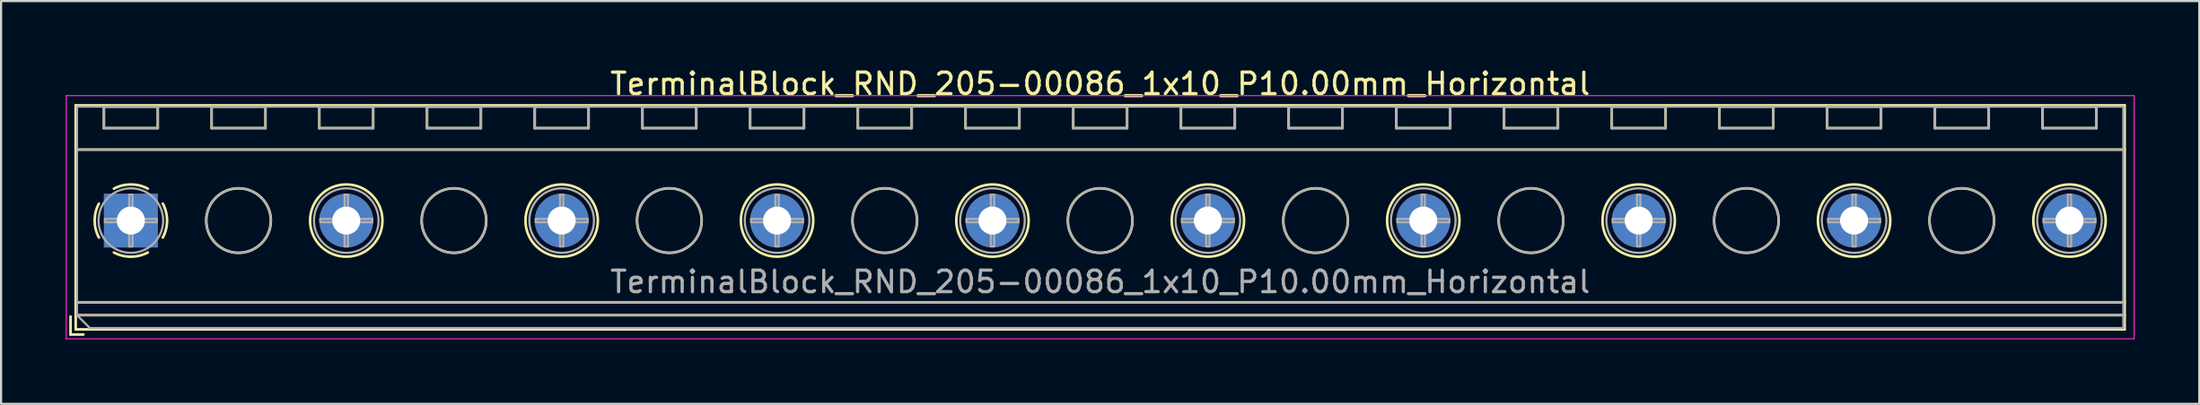
<source format=kicad_pcb>
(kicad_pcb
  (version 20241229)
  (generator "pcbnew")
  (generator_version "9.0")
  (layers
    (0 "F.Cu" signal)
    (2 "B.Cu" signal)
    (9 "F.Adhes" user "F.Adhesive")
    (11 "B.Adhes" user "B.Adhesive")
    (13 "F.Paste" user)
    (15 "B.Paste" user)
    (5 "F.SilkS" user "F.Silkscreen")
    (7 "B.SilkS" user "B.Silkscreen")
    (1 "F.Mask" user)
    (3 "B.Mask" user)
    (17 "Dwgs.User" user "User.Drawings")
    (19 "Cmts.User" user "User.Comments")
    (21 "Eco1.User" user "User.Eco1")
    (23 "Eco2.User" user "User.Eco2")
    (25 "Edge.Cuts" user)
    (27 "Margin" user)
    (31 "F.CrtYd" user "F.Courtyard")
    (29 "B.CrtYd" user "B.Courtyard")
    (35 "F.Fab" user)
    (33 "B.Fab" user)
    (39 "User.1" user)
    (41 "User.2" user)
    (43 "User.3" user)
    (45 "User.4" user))
  (footprint "TerminalBlock_RND_205-00086_1x10_P10.00mm_Horizontal"
    (layer "F.Cu")
    (at 3.025 7.208)
    (property "Reference" "TerminalBlock_RND_205-00086_1x10_P10.00mm_Horizontal" (at 45 -6.36 0) (layer "F.SilkS") (effects (font (size 1 1) (thickness 0.15))))
    (attr through_hole)
    (fp_line (start -2.8 4.46) (end -2.8 5.3) (stroke (width 0.12) (type solid)) (layer "F.SilkS"))
    (fp_line (start -2.8 5.3) (end -2.2 5.3) (stroke (width 0.12) (type solid)) (layer "F.SilkS"))
    (fp_line (start -2.56 -5.36) (end -2.56 5.06) (stroke (width 0.12) (type solid)) (layer "F.SilkS"))
    (fp_line (start -2.56 -5.36) (end 92.56 -5.36) (stroke (width 0.12) (type solid)) (layer "F.SilkS"))
    (fp_line (start -2.56 -3.301) (end 92.56 -3.301) (stroke (width 0.12) (type solid)) (layer "F.SilkS"))
    (fp_line (start -2.56 3.8) (end 92.56 3.8) (stroke (width 0.12) (type solid)) (layer "F.SilkS"))
    (fp_line (start -2.56 4.4) (end 92.56 4.4) (stroke (width 0.12) (type solid)) (layer "F.SilkS"))
    (fp_line (start -2.56 5.06) (end 92.56 5.06) (stroke (width 0.12) (type solid)) (layer "F.SilkS"))
    (fp_line (start -1.25 -5.301) (end -1.25 -4.301) (stroke (width 0.12) (type solid)) (layer "F.SilkS"))
    (fp_line (start -1.25 -5.301) (end 1.25 -5.301) (stroke (width 0.12) (type solid)) (layer "F.SilkS"))
    (fp_line (start -1.25 -4.301) (end 1.25 -4.301) (stroke (width 0.12) (type solid)) (layer "F.SilkS"))
    (fp_line (start 1.25 -5.301) (end 1.25 -4.301) (stroke (width 0.12) (type solid)) (layer "F.SilkS"))
    (fp_line (start 3.75 -5.301) (end 3.75 -4.301) (stroke (width 0.12) (type solid)) (layer "F.SilkS"))
    (fp_line (start 3.75 -5.301) (end 6.25 -5.301) (stroke (width 0.12) (type solid)) (layer "F.SilkS"))
    (fp_line (start 3.75 -4.301) (end 6.25 -4.301) (stroke (width 0.12) (type solid)) (layer "F.SilkS"))
    (fp_line (start 6.25 -5.301) (end 6.25 -4.301) (stroke (width 0.12) (type solid)) (layer "F.SilkS"))
    (fp_line (start 8.75 -5.301) (end 8.75 -4.301) (stroke (width 0.12) (type solid)) (layer "F.SilkS"))
    (fp_line (start 8.75 -5.301) (end 11.25 -5.301) (stroke (width 0.12) (type solid)) (layer "F.SilkS"))
    (fp_line (start 8.75 -4.301) (end 11.25 -4.301) (stroke (width 0.12) (type solid)) (layer "F.SilkS"))
    (fp_line (start 11.25 -5.301) (end 11.25 -4.301) (stroke (width 0.12) (type solid)) (layer "F.SilkS"))
    (fp_line (start 13.75 -5.301) (end 13.75 -4.301) (stroke (width 0.12) (type solid)) (layer "F.SilkS"))
    (fp_line (start 13.75 -5.301) (end 16.25 -5.301) (stroke (width 0.12) (type solid)) (layer "F.SilkS"))
    (fp_line (start 13.75 -4.301) (end 16.25 -4.301) (stroke (width 0.12) (type solid)) (layer "F.SilkS"))
    (fp_line (start 16.25 -5.301) (end 16.25 -4.301) (stroke (width 0.12) (type solid)) (layer "F.SilkS"))
    (fp_line (start 18.75 -5.301) (end 18.75 -4.301) (stroke (width 0.12) (type solid)) (layer "F.SilkS"))
    (fp_line (start 18.75 -5.301) (end 21.25 -5.301) (stroke (width 0.12) (type solid)) (layer "F.SilkS"))
    (fp_line (start 18.75 -4.301) (end 21.25 -4.301) (stroke (width 0.12) (type solid)) (layer "F.SilkS"))
    (fp_line (start 21.25 -5.301) (end 21.25 -4.301) (stroke (width 0.12) (type solid)) (layer "F.SilkS"))
    (fp_line (start 23.75 -5.301) (end 23.75 -4.301) (stroke (width 0.12) (type solid)) (layer "F.SilkS"))
    (fp_line (start 23.75 -5.301) (end 26.25 -5.301) (stroke (width 0.12) (type solid)) (layer "F.SilkS"))
    (fp_line (start 23.75 -4.301) (end 26.25 -4.301) (stroke (width 0.12) (type solid)) (layer "F.SilkS"))
    (fp_line (start 26.25 -5.301) (end 26.25 -4.301) (stroke (width 0.12) (type solid)) (layer "F.SilkS"))
    (fp_line (start 28.75 -5.301) (end 28.75 -4.301) (stroke (width 0.12) (type solid)) (layer "F.SilkS"))
    (fp_line (start 28.75 -5.301) (end 31.25 -5.301) (stroke (width 0.12) (type solid)) (layer "F.SilkS"))
    (fp_line (start 28.75 -4.301) (end 31.25 -4.301) (stroke (width 0.12) (type solid)) (layer "F.SilkS"))
    (fp_line (start 31.25 -5.301) (end 31.25 -4.301) (stroke (width 0.12) (type solid)) (layer "F.SilkS"))
    (fp_line (start 33.75 -5.301) (end 33.75 -4.301) (stroke (width 0.12) (type solid)) (layer "F.SilkS"))
    (fp_line (start 33.75 -5.301) (end 36.25 -5.301) (stroke (width 0.12) (type solid)) (layer "F.SilkS"))
    (fp_line (start 33.75 -4.301) (end 36.25 -4.301) (stroke (width 0.12) (type solid)) (layer "F.SilkS"))
    (fp_line (start 36.25 -5.301) (end 36.25 -4.301) (stroke (width 0.12) (type solid)) (layer "F.SilkS"))
    (fp_line (start 38.75 -5.301) (end 38.75 -4.301) (stroke (width 0.12) (type solid)) (layer "F.SilkS"))
    (fp_line (start 38.75 -5.301) (end 41.25 -5.301) (stroke (width 0.12) (type solid)) (layer "F.SilkS"))
    (fp_line (start 38.75 -4.301) (end 41.25 -4.301) (stroke (width 0.12) (type solid)) (layer "F.SilkS"))
    (fp_line (start 41.25 -5.301) (end 41.25 -4.301) (stroke (width 0.12) (type solid)) (layer "F.SilkS"))
    (fp_line (start 43.75 -5.301) (end 43.75 -4.301) (stroke (width 0.12) (type solid)) (layer "F.SilkS"))
    (fp_line (start 43.75 -5.301) (end 46.25 -5.301) (stroke (width 0.12) (type solid)) (layer "F.SilkS"))
    (fp_line (start 43.75 -4.301) (end 46.25 -4.301) (stroke (width 0.12) (type solid)) (layer "F.SilkS"))
    (fp_line (start 46.25 -5.301) (end 46.25 -4.301) (stroke (width 0.12) (type solid)) (layer "F.SilkS"))
    (fp_line (start 48.75 -5.301) (end 48.75 -4.301) (stroke (width 0.12) (type solid)) (layer "F.SilkS"))
    (fp_line (start 48.75 -5.301) (end 51.25 -5.301) (stroke (width 0.12) (type solid)) (layer "F.SilkS"))
    (fp_line (start 48.75 -4.301) (end 51.25 -4.301) (stroke (width 0.12) (type solid)) (layer "F.SilkS"))
    (fp_line (start 51.25 -5.301) (end 51.25 -4.301) (stroke (width 0.12) (type solid)) (layer "F.SilkS"))
    (fp_line (start 53.75 -5.301) (end 53.75 -4.301) (stroke (width 0.12) (type solid)) (layer "F.SilkS"))
    (fp_line (start 53.75 -5.301) (end 56.25 -5.301) (stroke (width 0.12) (type solid)) (layer "F.SilkS"))
    (fp_line (start 53.75 -4.301) (end 56.25 -4.301) (stroke (width 0.12) (type solid)) (layer "F.SilkS"))
    (fp_line (start 56.25 -5.301) (end 56.25 -4.301) (stroke (width 0.12) (type solid)) (layer "F.SilkS"))
    (fp_line (start 58.75 -5.301) (end 58.75 -4.301) (stroke (width 0.12) (type solid)) (layer "F.SilkS"))
    (fp_line (start 58.75 -5.301) (end 61.25 -5.301) (stroke (width 0.12) (type solid)) (layer "F.SilkS"))
    (fp_line (start 58.75 -4.301) (end 61.25 -4.301) (stroke (width 0.12) (type solid)) (layer "F.SilkS"))
    (fp_line (start 61.25 -5.301) (end 61.25 -4.301) (stroke (width 0.12) (type solid)) (layer "F.SilkS"))
    (fp_line (start 63.75 -5.301) (end 63.75 -4.301) (stroke (width 0.12) (type solid)) (layer "F.SilkS"))
    (fp_line (start 63.75 -5.301) (end 66.25 -5.301) (stroke (width 0.12) (type solid)) (layer "F.SilkS"))
    (fp_line (start 63.75 -4.301) (end 66.25 -4.301) (stroke (width 0.12) (type solid)) (layer "F.SilkS"))
    (fp_line (start 66.25 -5.301) (end 66.25 -4.301) (stroke (width 0.12) (type solid)) (layer "F.SilkS"))
    (fp_line (start 68.75 -5.301) (end 68.75 -4.301) (stroke (width 0.12) (type solid)) (layer "F.SilkS"))
    (fp_line (start 68.75 -5.301) (end 71.25 -5.301) (stroke (width 0.12) (type solid)) (layer "F.SilkS"))
    (fp_line (start 68.75 -4.301) (end 71.25 -4.301) (stroke (width 0.12) (type solid)) (layer "F.SilkS"))
    (fp_line (start 71.25 -5.301) (end 71.25 -4.301) (stroke (width 0.12) (type solid)) (layer "F.SilkS"))
    (fp_line (start 73.75 -5.301) (end 73.75 -4.301) (stroke (width 0.12) (type solid)) (layer "F.SilkS"))
    (fp_line (start 73.75 -5.301) (end 76.25 -5.301) (stroke (width 0.12) (type solid)) (layer "F.SilkS"))
    (fp_line (start 73.75 -4.301) (end 76.25 -4.301) (stroke (width 0.12) (type solid)) (layer "F.SilkS"))
    (fp_line (start 76.25 -5.301) (end 76.25 -4.301) (stroke (width 0.12) (type solid)) (layer "F.SilkS"))
    (fp_line (start 78.75 -5.301) (end 78.75 -4.301) (stroke (width 0.12) (type solid)) (layer "F.SilkS"))
    (fp_line (start 78.75 -5.301) (end 81.25 -5.301) (stroke (width 0.12) (type solid)) (layer "F.SilkS"))
    (fp_line (start 78.75 -4.301) (end 81.25 -4.301) (stroke (width 0.12) (type solid)) (layer "F.SilkS"))
    (fp_line (start 81.25 -5.301) (end 81.25 -4.301) (stroke (width 0.12) (type solid)) (layer "F.SilkS"))
    (fp_line (start 83.75 -5.301) (end 83.75 -4.301) (stroke (width 0.12) (type solid)) (layer "F.SilkS"))
    (fp_line (start 83.75 -5.301) (end 86.25 -5.301) (stroke (width 0.12) (type solid)) (layer "F.SilkS"))
    (fp_line (start 83.75 -4.301) (end 86.25 -4.301) (stroke (width 0.12) (type solid)) (layer "F.SilkS"))
    (fp_line (start 86.25 -5.301) (end 86.25 -4.301) (stroke (width 0.12) (type solid)) (layer "F.SilkS"))
    (fp_line (start 88.75 -5.301) (end 88.75 -4.301) (stroke (width 0.12) (type solid)) (layer "F.SilkS"))
    (fp_line (start 88.75 -5.301) (end 91.25 -5.301) (stroke (width 0.12) (type solid)) (layer "F.SilkS"))
    (fp_line (start 88.75 -4.301) (end 91.25 -4.301) (stroke (width 0.12) (type solid)) (layer "F.SilkS"))
    (fp_line (start 91.25 -5.301) (end 91.25 -4.301) (stroke (width 0.12) (type solid)) (layer "F.SilkS"))
    (fp_line (start 92.56 -5.36) (end 92.56 5.06) (stroke (width 0.12) (type solid)) (layer "F.SilkS"))
    (fp_arc (start -1.483953 0.789089) (mid -1.680708 0.00005) (end -1.484 -0.789) (stroke (width 0.12) (type solid)) (layer "F.SilkS"))
    (fp_arc (start -0.789089 -1.483953) (mid -0.00005 -1.680708) (end 0.789 -1.484) (stroke (width 0.12) (type solid)) (layer "F.SilkS"))
    (fp_arc (start 0.029383 1.68045) (mid -0.392304 1.634281) (end -0.789 1.484) (stroke (width 0.12) (type solid)) (layer "F.SilkS"))
    (fp_arc (start 0.788712 1.483352) (mid 0.406429 1.630097) (end 0 1.68) (stroke (width 0.12) (type solid)) (layer "F.SilkS"))
    (fp_arc (start 1.483953 -0.789089) (mid 1.680708 -0.00005) (end 1.484 0.789) (stroke (width 0.12) (type solid)) (layer "F.SilkS"))
    (fp_circle (center 5 0) (end 6.5 0) (stroke (width 0.12) (type solid)) (fill no) (layer "F.SilkS"))
    (fp_circle (center 10 0) (end 11.68 0) (stroke (width 0.12) (type solid)) (fill no) (layer "F.SilkS"))
    (fp_circle (center 15 0) (end 16.5 0) (stroke (width 0.12) (type solid)) (fill no) (layer "F.SilkS"))
    (fp_circle (center 20 0) (end 21.68 0) (stroke (width 0.12) (type solid)) (fill no) (layer "F.SilkS"))
    (fp_circle (center 25 0) (end 26.5 0) (stroke (width 0.12) (type solid)) (fill no) (layer "F.SilkS"))
    (fp_circle (center 30 0) (end 31.68 0) (stroke (width 0.12) (type solid)) (fill no) (layer "F.SilkS"))
    (fp_circle (center 35 0) (end 36.5 0) (stroke (width 0.12) (type solid)) (fill no) (layer "F.SilkS"))
    (fp_circle (center 40 0) (end 41.68 0) (stroke (width 0.12) (type solid)) (fill no) (layer "F.SilkS"))
    (fp_circle (center 45 0) (end 46.5 0) (stroke (width 0.12) (type solid)) (fill no) (layer "F.SilkS"))
    (fp_circle (center 50 0) (end 51.68 0) (stroke (width 0.12) (type solid)) (fill no) (layer "F.SilkS"))
    (fp_circle (center 55 0) (end 56.5 0) (stroke (width 0.12) (type solid)) (fill no) (layer "F.SilkS"))
    (fp_circle (center 60 0) (end 61.68 0) (stroke (width 0.12) (type solid)) (fill no) (layer "F.SilkS"))
    (fp_circle (center 65 0) (end 66.5 0) (stroke (width 0.12) (type solid)) (fill no) (layer "F.SilkS"))
    (fp_circle (center 70 0) (end 71.68 0) (stroke (width 0.12) (type solid)) (fill no) (layer "F.SilkS"))
    (fp_circle (center 75 0) (end 76.5 0) (stroke (width 0.12) (type solid)) (fill no) (layer "F.SilkS"))
    (fp_circle (center 80 0) (end 81.68 0) (stroke (width 0.12) (type solid)) (fill no) (layer "F.SilkS"))
    (fp_circle (center 85 0) (end 86.5 0) (stroke (width 0.12) (type solid)) (fill no) (layer "F.SilkS"))
    (fp_circle (center 90 0) (end 91.68 0) (stroke (width 0.12) (type solid)) (fill no) (layer "F.SilkS"))
    (fp_line (start -3 -5.81) (end -3 5.5) (stroke (width 0.05) (type solid)) (layer "F.CrtYd"))
    (fp_line (start -3 5.5) (end 93 5.5) (stroke (width 0.05) (type solid)) (layer "F.CrtYd"))
    (fp_line (start 93 -5.81) (end -3 -5.81) (stroke (width 0.05) (type solid)) (layer "F.CrtYd"))
    (fp_line (start 93 5.5) (end 93 -5.81) (stroke (width 0.05) (type solid)) (layer "F.CrtYd"))
    (fp_line (start -2.5 -5.3) (end 92.5 -5.3) (stroke (width 0.1) (type solid)) (layer "F.Fab"))
    (fp_line (start -2.5 -3.3) (end 92.5 -3.3) (stroke (width 0.1) (type solid)) (layer "F.Fab"))
    (fp_line (start -2.5 3.8) (end 92.5 3.8) (stroke (width 0.1) (type solid)) (layer "F.Fab"))
    (fp_line (start -2.5 4.4) (end -2.5 -5.3) (stroke (width 0.1) (type solid)) (layer "F.Fab"))
    (fp_line (start -2.5 4.4) (end 92.5 4.4) (stroke (width 0.1) (type solid)) (layer "F.Fab"))
    (fp_line (start -1.9 5) (end -2.5 4.4) (stroke (width 0.1) (type solid)) (layer "F.Fab"))
    (fp_line (start -1.25 -5.3) (end -1.25 -4.3) (stroke (width 0.1) (type solid)) (layer "F.Fab"))
    (fp_line (start -1.25 -4.3) (end 1.25 -4.3) (stroke (width 0.1) (type solid)) (layer "F.Fab"))
    (fp_line (start -1.201 -0.076) (end -0.076 -0.076) (stroke (width 0.1) (type solid)) (layer "F.Fab"))
    (fp_line (start -1.201 0.076) (end -1.201 -0.076) (stroke (width 0.1) (type solid)) (layer "F.Fab"))
    (fp_line (start -0.076 -1.201) (end 0.076 -1.201) (stroke (width 0.1) (type solid)) (layer "F.Fab"))
    (fp_line (start -0.076 -0.076) (end -0.076 -1.201) (stroke (width 0.1) (type solid)) (layer "F.Fab"))
    (fp_line (start -0.076 0.076) (end -1.201 0.076) (stroke (width 0.1) (type solid)) (layer "F.Fab"))
    (fp_line (start -0.076 1.201) (end -0.076 0.076) (stroke (width 0.1) (type solid)) (layer "F.Fab"))
    (fp_line (start 0.076 -1.201) (end 0.076 -0.076) (stroke (width 0.1) (type solid)) (layer "F.Fab"))
    (fp_line (start 0.076 -0.076) (end 1.201 -0.076) (stroke (width 0.1) (type solid)) (layer "F.Fab"))
    (fp_line (start 0.076 0.076) (end 0.076 1.201) (stroke (width 0.1) (type solid)) (layer "F.Fab"))
    (fp_line (start 0.076 1.201) (end -0.076 1.201) (stroke (width 0.1) (type solid)) (layer "F.Fab"))
    (fp_line (start 1.201 -0.076) (end 1.201 0.076) (stroke (width 0.1) (type solid)) (layer "F.Fab"))
    (fp_line (start 1.201 0.076) (end 0.076 0.076) (stroke (width 0.1) (type solid)) (layer "F.Fab"))
    (fp_line (start 1.25 -5.3) (end -1.25 -5.3) (stroke (width 0.1) (type solid)) (layer "F.Fab"))
    (fp_line (start 1.25 -4.3) (end 1.25 -5.3) (stroke (width 0.1) (type solid)) (layer "F.Fab"))
    (fp_line (start 3.75 -5.3) (end 3.75 -4.3) (stroke (width 0.1) (type solid)) (layer "F.Fab"))
    (fp_line (start 3.75 -4.3) (end 6.25 -4.3) (stroke (width 0.1) (type solid)) (layer "F.Fab"))
    (fp_line (start 6.25 -5.3) (end 3.75 -5.3) (stroke (width 0.1) (type solid)) (layer "F.Fab"))
    (fp_line (start 6.25 -4.3) (end 6.25 -5.3) (stroke (width 0.1) (type solid)) (layer "F.Fab"))
    (fp_line (start 8.75 -5.3) (end 8.75 -4.3) (stroke (width 0.1) (type solid)) (layer "F.Fab"))
    (fp_line (start 8.75 -4.3) (end 11.25 -4.3) (stroke (width 0.1) (type solid)) (layer "F.Fab"))
    (fp_line (start 8.799 -0.076) (end 9.924 -0.076) (stroke (width 0.1) (type solid)) (layer "F.Fab"))
    (fp_line (start 8.799 0.076) (end 8.799 -0.076) (stroke (width 0.1) (type solid)) (layer "F.Fab"))
    (fp_line (start 9.924 -1.201) (end 10.076 -1.201) (stroke (width 0.1) (type solid)) (layer "F.Fab"))
    (fp_line (start 9.924 -0.076) (end 9.924 -1.201) (stroke (width 0.1) (type solid)) (layer "F.Fab"))
    (fp_line (start 9.924 0.076) (end 8.799 0.076) (stroke (width 0.1) (type solid)) (layer "F.Fab"))
    (fp_line (start 9.924 1.201) (end 9.924 0.076) (stroke (width 0.1) (type solid)) (layer "F.Fab"))
    (fp_line (start 10.076 -1.201) (end 10.076 -0.076) (stroke (width 0.1) (type solid)) (layer "F.Fab"))
    (fp_line (start 10.076 -0.076) (end 11.201 -0.076) (stroke (width 0.1) (type solid)) (layer "F.Fab"))
    (fp_line (start 10.076 0.076) (end 10.076 1.201) (stroke (width 0.1) (type solid)) (layer "F.Fab"))
    (fp_line (start 10.076 1.201) (end 9.924 1.201) (stroke (width 0.1) (type solid)) (layer "F.Fab"))
    (fp_line (start 11.201 -0.076) (end 11.201 0.076) (stroke (width 0.1) (type solid)) (layer "F.Fab"))
    (fp_line (start 11.201 0.076) (end 10.076 0.076) (stroke (width 0.1) (type solid)) (layer "F.Fab"))
    (fp_line (start 11.25 -5.3) (end 8.75 -5.3) (stroke (width 0.1) (type solid)) (layer "F.Fab"))
    (fp_line (start 11.25 -4.3) (end 11.25 -5.3) (stroke (width 0.1) (type solid)) (layer "F.Fab"))
    (fp_line (start 13.75 -5.3) (end 13.75 -4.3) (stroke (width 0.1) (type solid)) (layer "F.Fab"))
    (fp_line (start 13.75 -4.3) (end 16.25 -4.3) (stroke (width 0.1) (type solid)) (layer "F.Fab"))
    (fp_line (start 16.25 -5.3) (end 13.75 -5.3) (stroke (width 0.1) (type solid)) (layer "F.Fab"))
    (fp_line (start 16.25 -4.3) (end 16.25 -5.3) (stroke (width 0.1) (type solid)) (layer "F.Fab"))
    (fp_line (start 18.75 -5.3) (end 18.75 -4.3) (stroke (width 0.1) (type solid)) (layer "F.Fab"))
    (fp_line (start 18.75 -4.3) (end 21.25 -4.3) (stroke (width 0.1) (type solid)) (layer "F.Fab"))
    (fp_line (start 18.799 -0.076) (end 19.924 -0.076) (stroke (width 0.1) (type solid)) (layer "F.Fab"))
    (fp_line (start 18.799 0.076) (end 18.799 -0.076) (stroke (width 0.1) (type solid)) (layer "F.Fab"))
    (fp_line (start 19.924 -1.201) (end 20.076 -1.201) (stroke (width 0.1) (type solid)) (layer "F.Fab"))
    (fp_line (start 19.924 -0.076) (end 19.924 -1.201) (stroke (width 0.1) (type solid)) (layer "F.Fab"))
    (fp_line (start 19.924 0.076) (end 18.799 0.076) (stroke (width 0.1) (type solid)) (layer "F.Fab"))
    (fp_line (start 19.924 1.201) (end 19.924 0.076) (stroke (width 0.1) (type solid)) (layer "F.Fab"))
    (fp_line (start 20.076 -1.201) (end 20.076 -0.076) (stroke (width 0.1) (type solid)) (layer "F.Fab"))
    (fp_line (start 20.076 -0.076) (end 21.201 -0.076) (stroke (width 0.1) (type solid)) (layer "F.Fab"))
    (fp_line (start 20.076 0.076) (end 20.076 1.201) (stroke (width 0.1) (type solid)) (layer "F.Fab"))
    (fp_line (start 20.076 1.201) (end 19.924 1.201) (stroke (width 0.1) (type solid)) (layer "F.Fab"))
    (fp_line (start 21.201 -0.076) (end 21.201 0.076) (stroke (width 0.1) (type solid)) (layer "F.Fab"))
    (fp_line (start 21.201 0.076) (end 20.076 0.076) (stroke (width 0.1) (type solid)) (layer "F.Fab"))
    (fp_line (start 21.25 -5.3) (end 18.75 -5.3) (stroke (width 0.1) (type solid)) (layer "F.Fab"))
    (fp_line (start 21.25 -4.3) (end 21.25 -5.3) (stroke (width 0.1) (type solid)) (layer "F.Fab"))
    (fp_line (start 23.75 -5.3) (end 23.75 -4.3) (stroke (width 0.1) (type solid)) (layer "F.Fab"))
    (fp_line (start 23.75 -4.3) (end 26.25 -4.3) (stroke (width 0.1) (type solid)) (layer "F.Fab"))
    (fp_line (start 26.25 -5.3) (end 23.75 -5.3) (stroke (width 0.1) (type solid)) (layer "F.Fab"))
    (fp_line (start 26.25 -4.3) (end 26.25 -5.3) (stroke (width 0.1) (type solid)) (layer "F.Fab"))
    (fp_line (start 28.75 -5.3) (end 28.75 -4.3) (stroke (width 0.1) (type solid)) (layer "F.Fab"))
    (fp_line (start 28.75 -4.3) (end 31.25 -4.3) (stroke (width 0.1) (type solid)) (layer "F.Fab"))
    (fp_line (start 28.799 -0.076) (end 29.924 -0.076) (stroke (width 0.1) (type solid)) (layer "F.Fab"))
    (fp_line (start 28.799 0.076) (end 28.799 -0.076) (stroke (width 0.1) (type solid)) (layer "F.Fab"))
    (fp_line (start 29.924 -1.201) (end 30.076 -1.201) (stroke (width 0.1) (type solid)) (layer "F.Fab"))
    (fp_line (start 29.924 -0.076) (end 29.924 -1.201) (stroke (width 0.1) (type solid)) (layer "F.Fab"))
    (fp_line (start 29.924 0.076) (end 28.799 0.076) (stroke (width 0.1) (type solid)) (layer "F.Fab"))
    (fp_line (start 29.924 1.201) (end 29.924 0.076) (stroke (width 0.1) (type solid)) (layer "F.Fab"))
    (fp_line (start 30.076 -1.201) (end 30.076 -0.076) (stroke (width 0.1) (type solid)) (layer "F.Fab"))
    (fp_line (start 30.076 -0.076) (end 31.201 -0.076) (stroke (width 0.1) (type solid)) (layer "F.Fab"))
    (fp_line (start 30.076 0.076) (end 30.076 1.201) (stroke (width 0.1) (type solid)) (layer "F.Fab"))
    (fp_line (start 30.076 1.201) (end 29.924 1.201) (stroke (width 0.1) (type solid)) (layer "F.Fab"))
    (fp_line (start 31.201 -0.076) (end 31.201 0.076) (stroke (width 0.1) (type solid)) (layer "F.Fab"))
    (fp_line (start 31.201 0.076) (end 30.076 0.076) (stroke (width 0.1) (type solid)) (layer "F.Fab"))
    (fp_line (start 31.25 -5.3) (end 28.75 -5.3) (stroke (width 0.1) (type solid)) (layer "F.Fab"))
    (fp_line (start 31.25 -4.3) (end 31.25 -5.3) (stroke (width 0.1) (type solid)) (layer "F.Fab"))
    (fp_line (start 33.75 -5.3) (end 33.75 -4.3) (stroke (width 0.1) (type solid)) (layer "F.Fab"))
    (fp_line (start 33.75 -4.3) (end 36.25 -4.3) (stroke (width 0.1) (type solid)) (layer "F.Fab"))
    (fp_line (start 36.25 -5.3) (end 33.75 -5.3) (stroke (width 0.1) (type solid)) (layer "F.Fab"))
    (fp_line (start 36.25 -4.3) (end 36.25 -5.3) (stroke (width 0.1) (type solid)) (layer "F.Fab"))
    (fp_line (start 38.75 -5.3) (end 38.75 -4.3) (stroke (width 0.1) (type solid)) (layer "F.Fab"))
    (fp_line (start 38.75 -4.3) (end 41.25 -4.3) (stroke (width 0.1) (type solid)) (layer "F.Fab"))
    (fp_line (start 38.799 -0.076) (end 39.924 -0.076) (stroke (width 0.1) (type solid)) (layer "F.Fab"))
    (fp_line (start 38.799 0.076) (end 38.799 -0.076) (stroke (width 0.1) (type solid)) (layer "F.Fab"))
    (fp_line (start 39.924 -1.201) (end 40.076 -1.201) (stroke (width 0.1) (type solid)) (layer "F.Fab"))
    (fp_line (start 39.924 -0.076) (end 39.924 -1.201) (stroke (width 0.1) (type solid)) (layer "F.Fab"))
    (fp_line (start 39.924 0.076) (end 38.799 0.076) (stroke (width 0.1) (type solid)) (layer "F.Fab"))
    (fp_line (start 39.924 1.201) (end 39.924 0.076) (stroke (width 0.1) (type solid)) (layer "F.Fab"))
    (fp_line (start 40.076 -1.201) (end 40.076 -0.076) (stroke (width 0.1) (type solid)) (layer "F.Fab"))
    (fp_line (start 40.076 -0.076) (end 41.201 -0.076) (stroke (width 0.1) (type solid)) (layer "F.Fab"))
    (fp_line (start 40.076 0.076) (end 40.076 1.201) (stroke (width 0.1) (type solid)) (layer "F.Fab"))
    (fp_line (start 40.076 1.201) (end 39.924 1.201) (stroke (width 0.1) (type solid)) (layer "F.Fab"))
    (fp_line (start 41.201 -0.076) (end 41.201 0.076) (stroke (width 0.1) (type solid)) (layer "F.Fab"))
    (fp_line (start 41.201 0.076) (end 40.076 0.076) (stroke (width 0.1) (type solid)) (layer "F.Fab"))
    (fp_line (start 41.25 -5.3) (end 38.75 -5.3) (stroke (width 0.1) (type solid)) (layer "F.Fab"))
    (fp_line (start 41.25 -4.3) (end 41.25 -5.3) (stroke (width 0.1) (type solid)) (layer "F.Fab"))
    (fp_line (start 43.75 -5.3) (end 43.75 -4.3) (stroke (width 0.1) (type solid)) (layer "F.Fab"))
    (fp_line (start 43.75 -4.3) (end 46.25 -4.3) (stroke (width 0.1) (type solid)) (layer "F.Fab"))
    (fp_line (start 46.25 -5.3) (end 43.75 -5.3) (stroke (width 0.1) (type solid)) (layer "F.Fab"))
    (fp_line (start 46.25 -4.3) (end 46.25 -5.3) (stroke (width 0.1) (type solid)) (layer "F.Fab"))
    (fp_line (start 48.75 -5.3) (end 48.75 -4.3) (stroke (width 0.1) (type solid)) (layer "F.Fab"))
    (fp_line (start 48.75 -4.3) (end 51.25 -4.3) (stroke (width 0.1) (type solid)) (layer "F.Fab"))
    (fp_line (start 48.799 -0.076) (end 49.924 -0.076) (stroke (width 0.1) (type solid)) (layer "F.Fab"))
    (fp_line (start 48.799 0.076) (end 48.799 -0.076) (stroke (width 0.1) (type solid)) (layer "F.Fab"))
    (fp_line (start 49.924 -1.201) (end 50.076 -1.201) (stroke (width 0.1) (type solid)) (layer "F.Fab"))
    (fp_line (start 49.924 -0.076) (end 49.924 -1.201) (stroke (width 0.1) (type solid)) (layer "F.Fab"))
    (fp_line (start 49.924 0.076) (end 48.799 0.076) (stroke (width 0.1) (type solid)) (layer "F.Fab"))
    (fp_line (start 49.924 1.201) (end 49.924 0.076) (stroke (width 0.1) (type solid)) (layer "F.Fab"))
    (fp_line (start 50.076 -1.201) (end 50.076 -0.076) (stroke (width 0.1) (type solid)) (layer "F.Fab"))
    (fp_line (start 50.076 -0.076) (end 51.201 -0.076) (stroke (width 0.1) (type solid)) (layer "F.Fab"))
    (fp_line (start 50.076 0.076) (end 50.076 1.201) (stroke (width 0.1) (type solid)) (layer "F.Fab"))
    (fp_line (start 50.076 1.201) (end 49.924 1.201) (stroke (width 0.1) (type solid)) (layer "F.Fab"))
    (fp_line (start 51.201 -0.076) (end 51.201 0.076) (stroke (width 0.1) (type solid)) (layer "F.Fab"))
    (fp_line (start 51.201 0.076) (end 50.076 0.076) (stroke (width 0.1) (type solid)) (layer "F.Fab"))
    (fp_line (start 51.25 -5.3) (end 48.75 -5.3) (stroke (width 0.1) (type solid)) (layer "F.Fab"))
    (fp_line (start 51.25 -4.3) (end 51.25 -5.3) (stroke (width 0.1) (type solid)) (layer "F.Fab"))
    (fp_line (start 53.75 -5.3) (end 53.75 -4.3) (stroke (width 0.1) (type solid)) (layer "F.Fab"))
    (fp_line (start 53.75 -4.3) (end 56.25 -4.3) (stroke (width 0.1) (type solid)) (layer "F.Fab"))
    (fp_line (start 56.25 -5.3) (end 53.75 -5.3) (stroke (width 0.1) (type solid)) (layer "F.Fab"))
    (fp_line (start 56.25 -4.3) (end 56.25 -5.3) (stroke (width 0.1) (type solid)) (layer "F.Fab"))
    (fp_line (start 58.75 -5.3) (end 58.75 -4.3) (stroke (width 0.1) (type solid)) (layer "F.Fab"))
    (fp_line (start 58.75 -4.3) (end 61.25 -4.3) (stroke (width 0.1) (type solid)) (layer "F.Fab"))
    (fp_line (start 58.799 -0.076) (end 59.924 -0.076) (stroke (width 0.1) (type solid)) (layer "F.Fab"))
    (fp_line (start 58.799 0.076) (end 58.799 -0.076) (stroke (width 0.1) (type solid)) (layer "F.Fab"))
    (fp_line (start 59.924 -1.201) (end 60.076 -1.201) (stroke (width 0.1) (type solid)) (layer "F.Fab"))
    (fp_line (start 59.924 -0.076) (end 59.924 -1.201) (stroke (width 0.1) (type solid)) (layer "F.Fab"))
    (fp_line (start 59.924 0.076) (end 58.799 0.076) (stroke (width 0.1) (type solid)) (layer "F.Fab"))
    (fp_line (start 59.924 1.201) (end 59.924 0.076) (stroke (width 0.1) (type solid)) (layer "F.Fab"))
    (fp_line (start 60.076 -1.201) (end 60.076 -0.076) (stroke (width 0.1) (type solid)) (layer "F.Fab"))
    (fp_line (start 60.076 -0.076) (end 61.201 -0.076) (stroke (width 0.1) (type solid)) (layer "F.Fab"))
    (fp_line (start 60.076 0.076) (end 60.076 1.201) (stroke (width 0.1) (type solid)) (layer "F.Fab"))
    (fp_line (start 60.076 1.201) (end 59.924 1.201) (stroke (width 0.1) (type solid)) (layer "F.Fab"))
    (fp_line (start 61.201 -0.076) (end 61.201 0.076) (stroke (width 0.1) (type solid)) (layer "F.Fab"))
    (fp_line (start 61.201 0.076) (end 60.076 0.076) (stroke (width 0.1) (type solid)) (layer "F.Fab"))
    (fp_line (start 61.25 -5.3) (end 58.75 -5.3) (stroke (width 0.1) (type solid)) (layer "F.Fab"))
    (fp_line (start 61.25 -4.3) (end 61.25 -5.3) (stroke (width 0.1) (type solid)) (layer "F.Fab"))
    (fp_line (start 63.75 -5.3) (end 63.75 -4.3) (stroke (width 0.1) (type solid)) (layer "F.Fab"))
    (fp_line (start 63.75 -4.3) (end 66.25 -4.3) (stroke (width 0.1) (type solid)) (layer "F.Fab"))
    (fp_line (start 66.25 -5.3) (end 63.75 -5.3) (stroke (width 0.1) (type solid)) (layer "F.Fab"))
    (fp_line (start 66.25 -4.3) (end 66.25 -5.3) (stroke (width 0.1) (type solid)) (layer "F.Fab"))
    (fp_line (start 68.75 -5.3) (end 68.75 -4.3) (stroke (width 0.1) (type solid)) (layer "F.Fab"))
    (fp_line (start 68.75 -4.3) (end 71.25 -4.3) (stroke (width 0.1) (type solid)) (layer "F.Fab"))
    (fp_line (start 68.799 -0.076) (end 69.924 -0.076) (stroke (width 0.1) (type solid)) (layer "F.Fab"))
    (fp_line (start 68.799 0.076) (end 68.799 -0.076) (stroke (width 0.1) (type solid)) (layer "F.Fab"))
    (fp_line (start 69.924 -1.201) (end 70.076 -1.201) (stroke (width 0.1) (type solid)) (layer "F.Fab"))
    (fp_line (start 69.924 -0.076) (end 69.924 -1.201) (stroke (width 0.1) (type solid)) (layer "F.Fab"))
    (fp_line (start 69.924 0.076) (end 68.799 0.076) (stroke (width 0.1) (type solid)) (layer "F.Fab"))
    (fp_line (start 69.924 1.201) (end 69.924 0.076) (stroke (width 0.1) (type solid)) (layer "F.Fab"))
    (fp_line (start 70.076 -1.201) (end 70.076 -0.076) (stroke (width 0.1) (type solid)) (layer "F.Fab"))
    (fp_line (start 70.076 -0.076) (end 71.201 -0.076) (stroke (width 0.1) (type solid)) (layer "F.Fab"))
    (fp_line (start 70.076 0.076) (end 70.076 1.201) (stroke (width 0.1) (type solid)) (layer "F.Fab"))
    (fp_line (start 70.076 1.201) (end 69.924 1.201) (stroke (width 0.1) (type solid)) (layer "F.Fab"))
    (fp_line (start 71.201 -0.076) (end 71.201 0.076) (stroke (width 0.1) (type solid)) (layer "F.Fab"))
    (fp_line (start 71.201 0.076) (end 70.076 0.076) (stroke (width 0.1) (type solid)) (layer "F.Fab"))
    (fp_line (start 71.25 -5.3) (end 68.75 -5.3) (stroke (width 0.1) (type solid)) (layer "F.Fab"))
    (fp_line (start 71.25 -4.3) (end 71.25 -5.3) (stroke (width 0.1) (type solid)) (layer "F.Fab"))
    (fp_line (start 73.75 -5.3) (end 73.75 -4.3) (stroke (width 0.1) (type solid)) (layer "F.Fab"))
    (fp_line (start 73.75 -4.3) (end 76.25 -4.3) (stroke (width 0.1) (type solid)) (layer "F.Fab"))
    (fp_line (start 76.25 -5.3) (end 73.75 -5.3) (stroke (width 0.1) (type solid)) (layer "F.Fab"))
    (fp_line (start 76.25 -4.3) (end 76.25 -5.3) (stroke (width 0.1) (type solid)) (layer "F.Fab"))
    (fp_line (start 78.75 -5.3) (end 78.75 -4.3) (stroke (width 0.1) (type solid)) (layer "F.Fab"))
    (fp_line (start 78.75 -4.3) (end 81.25 -4.3) (stroke (width 0.1) (type solid)) (layer "F.Fab"))
    (fp_line (start 78.799 -0.076) (end 79.924 -0.076) (stroke (width 0.1) (type solid)) (layer "F.Fab"))
    (fp_line (start 78.799 0.076) (end 78.799 -0.076) (stroke (width 0.1) (type solid)) (layer "F.Fab"))
    (fp_line (start 79.924 -1.201) (end 80.076 -1.201) (stroke (width 0.1) (type solid)) (layer "F.Fab"))
    (fp_line (start 79.924 -0.076) (end 79.924 -1.201) (stroke (width 0.1) (type solid)) (layer "F.Fab"))
    (fp_line (start 79.924 0.076) (end 78.799 0.076) (stroke (width 0.1) (type solid)) (layer "F.Fab"))
    (fp_line (start 79.924 1.201) (end 79.924 0.076) (stroke (width 0.1) (type solid)) (layer "F.Fab"))
    (fp_line (start 80.076 -1.201) (end 80.076 -0.076) (stroke (width 0.1) (type solid)) (layer "F.Fab"))
    (fp_line (start 80.076 -0.076) (end 81.201 -0.076) (stroke (width 0.1) (type solid)) (layer "F.Fab"))
    (fp_line (start 80.076 0.076) (end 80.076 1.201) (stroke (width 0.1) (type solid)) (layer "F.Fab"))
    (fp_line (start 80.076 1.201) (end 79.924 1.201) (stroke (width 0.1) (type solid)) (layer "F.Fab"))
    (fp_line (start 81.201 -0.076) (end 81.201 0.076) (stroke (width 0.1) (type solid)) (layer "F.Fab"))
    (fp_line (start 81.201 0.076) (end 80.076 0.076) (stroke (width 0.1) (type solid)) (layer "F.Fab"))
    (fp_line (start 81.25 -5.3) (end 78.75 -5.3) (stroke (width 0.1) (type solid)) (layer "F.Fab"))
    (fp_line (start 81.25 -4.3) (end 81.25 -5.3) (stroke (width 0.1) (type solid)) (layer "F.Fab"))
    (fp_line (start 83.75 -5.3) (end 83.75 -4.3) (stroke (width 0.1) (type solid)) (layer "F.Fab"))
    (fp_line (start 83.75 -4.3) (end 86.25 -4.3) (stroke (width 0.1) (type solid)) (layer "F.Fab"))
    (fp_line (start 86.25 -5.3) (end 83.75 -5.3) (stroke (width 0.1) (type solid)) (layer "F.Fab"))
    (fp_line (start 86.25 -4.3) (end 86.25 -5.3) (stroke (width 0.1) (type solid)) (layer "F.Fab"))
    (fp_line (start 88.75 -5.3) (end 88.75 -4.3) (stroke (width 0.1) (type solid)) (layer "F.Fab"))
    (fp_line (start 88.75 -4.3) (end 91.25 -4.3) (stroke (width 0.1) (type solid)) (layer "F.Fab"))
    (fp_line (start 88.799 -0.076) (end 89.924 -0.076) (stroke (width 0.1) (type solid)) (layer "F.Fab"))
    (fp_line (start 88.799 0.076) (end 88.799 -0.076) (stroke (width 0.1) (type solid)) (layer "F.Fab"))
    (fp_line (start 89.924 -1.201) (end 90.076 -1.201) (stroke (width 0.1) (type solid)) (layer "F.Fab"))
    (fp_line (start 89.924 -0.076) (end 89.924 -1.201) (stroke (width 0.1) (type solid)) (layer "F.Fab"))
    (fp_line (start 89.924 0.076) (end 88.799 0.076) (stroke (width 0.1) (type solid)) (layer "F.Fab"))
    (fp_line (start 89.924 1.201) (end 89.924 0.076) (stroke (width 0.1) (type solid)) (layer "F.Fab"))
    (fp_line (start 90.076 -1.201) (end 90.076 -0.076) (stroke (width 0.1) (type solid)) (layer "F.Fab"))
    (fp_line (start 90.076 -0.076) (end 91.201 -0.076) (stroke (width 0.1) (type solid)) (layer "F.Fab"))
    (fp_line (start 90.076 0.076) (end 90.076 1.201) (stroke (width 0.1) (type solid)) (layer "F.Fab"))
    (fp_line (start 90.076 1.201) (end 89.924 1.201) (stroke (width 0.1) (type solid)) (layer "F.Fab"))
    (fp_line (start 91.201 -0.076) (end 91.201 0.076) (stroke (width 0.1) (type solid)) (layer "F.Fab"))
    (fp_line (start 91.201 0.076) (end 90.076 0.076) (stroke (width 0.1) (type solid)) (layer "F.Fab"))
    (fp_line (start 91.25 -5.3) (end 88.75 -5.3) (stroke (width 0.1) (type solid)) (layer "F.Fab"))
    (fp_line (start 91.25 -4.3) (end 91.25 -5.3) (stroke (width 0.1) (type solid)) (layer "F.Fab"))
    (fp_line (start 92.5 -5.3) (end 92.5 5) (stroke (width 0.1) (type solid)) (layer "F.Fab"))
    (fp_line (start 92.5 5) (end -1.9 5) (stroke (width 0.1) (type solid)) (layer "F.Fab"))
    (fp_circle (center 0 0) (end 1.5 0) (stroke (width 0.1) (type solid)) (fill no) (layer "F.Fab"))
    (fp_circle (center 5 0) (end 6.5 0) (stroke (width 0.1) (type solid)) (fill no) (layer "F.Fab"))
    (fp_circle (center 10 0) (end 11.5 0) (stroke (width 0.1) (type solid)) (fill no) (layer "F.Fab"))
    (fp_circle (center 15 0) (end 16.5 0) (stroke (width 0.1) (type solid)) (fill no) (layer "F.Fab"))
    (fp_circle (center 20 0) (end 21.5 0) (stroke (width 0.1) (type solid)) (fill no) (layer "F.Fab"))
    (fp_circle (center 25 0) (end 26.5 0) (stroke (width 0.1) (type solid)) (fill no) (layer "F.Fab"))
    (fp_circle (center 30 0) (end 31.5 0) (stroke (width 0.1) (type solid)) (fill no) (layer "F.Fab"))
    (fp_circle (center 35 0) (end 36.5 0) (stroke (width 0.1) (type solid)) (fill no) (layer "F.Fab"))
    (fp_circle (center 40 0) (end 41.5 0) (stroke (width 0.1) (type solid)) (fill no) (layer "F.Fab"))
    (fp_circle (center 45 0) (end 46.5 0) (stroke (width 0.1) (type solid)) (fill no) (layer "F.Fab"))
    (fp_circle (center 50 0) (end 51.5 0) (stroke (width 0.1) (type solid)) (fill no) (layer "F.Fab"))
    (fp_circle (center 55 0) (end 56.5 0) (stroke (width 0.1) (type solid)) (fill no) (layer "F.Fab"))
    (fp_circle (center 60 0) (end 61.5 0) (stroke (width 0.1) (type solid)) (fill no) (layer "F.Fab"))
    (fp_circle (center 65 0) (end 66.5 0) (stroke (width 0.1) (type solid)) (fill no) (layer "F.Fab"))
    (fp_circle (center 70 0) (end 71.5 0) (stroke (width 0.1) (type solid)) (fill no) (layer "F.Fab"))
    (fp_circle (center 75 0) (end 76.5 0) (stroke (width 0.1) (type solid)) (fill no) (layer "F.Fab"))
    (fp_circle (center 80 0) (end 81.5 0) (stroke (width 0.1) (type solid)) (fill no) (layer "F.Fab"))
    (fp_circle (center 85 0) (end 86.5 0) (stroke (width 0.1) (type solid)) (fill no) (layer "F.Fab"))
    (fp_circle (center 90 0) (end 91.5 0) (stroke (width 0.1) (type solid)) (fill no) (layer "F.Fab"))
    (fp_text user "${REFERENCE}" (at 45 2.85 0) (layer "F.Fab") (effects (font (size 1 1) (thickness 0.15))))
    (pad "1" thru_hole rect (at 0 0) (size 2.5 2.5) (drill 1.3) (layers "*.Cu" "*.Mask"))
    (pad "2" thru_hole circle (at 10 0) (size 2.5 2.5) (drill 1.3) (layers "*.Cu" "*.Mask"))
    (pad "3" thru_hole circle (at 20 0) (size 2.5 2.5) (drill 1.3) (layers "*.Cu" "*.Mask"))
    (pad "4" thru_hole circle (at 30 0) (size 2.5 2.5) (drill 1.3) (layers "*.Cu" "*.Mask"))
    (pad "5" thru_hole circle (at 40 0) (size 2.5 2.5) (drill 1.3) (layers "*.Cu" "*.Mask"))
    (pad "6" thru_hole circle (at 50 0) (size 2.5 2.5) (drill 1.3) (layers "*.Cu" "*.Mask"))
    (pad "7" thru_hole circle (at 60 0) (size 2.5 2.5) (drill 1.3) (layers "*.Cu" "*.Mask"))
    (pad "8" thru_hole circle (at 70 0) (size 2.5 2.5) (drill 1.3) (layers "*.Cu" "*.Mask"))
    (pad "9" thru_hole circle (at 80 0) (size 2.5 2.5) (drill 1.3) (layers "*.Cu" "*.Mask"))
    (pad "10" thru_hole circle (at 90 0) (size 2.5 2.5) (drill 1.3) (layers "*.Cu" "*.Mask")))
  (gr_rect
    (start -3 -3)
    (end 99.05 15.733)
    (stroke (width 0.1) (type default))
    (fill no)
    (layer "Edge.Cuts")))
</source>
